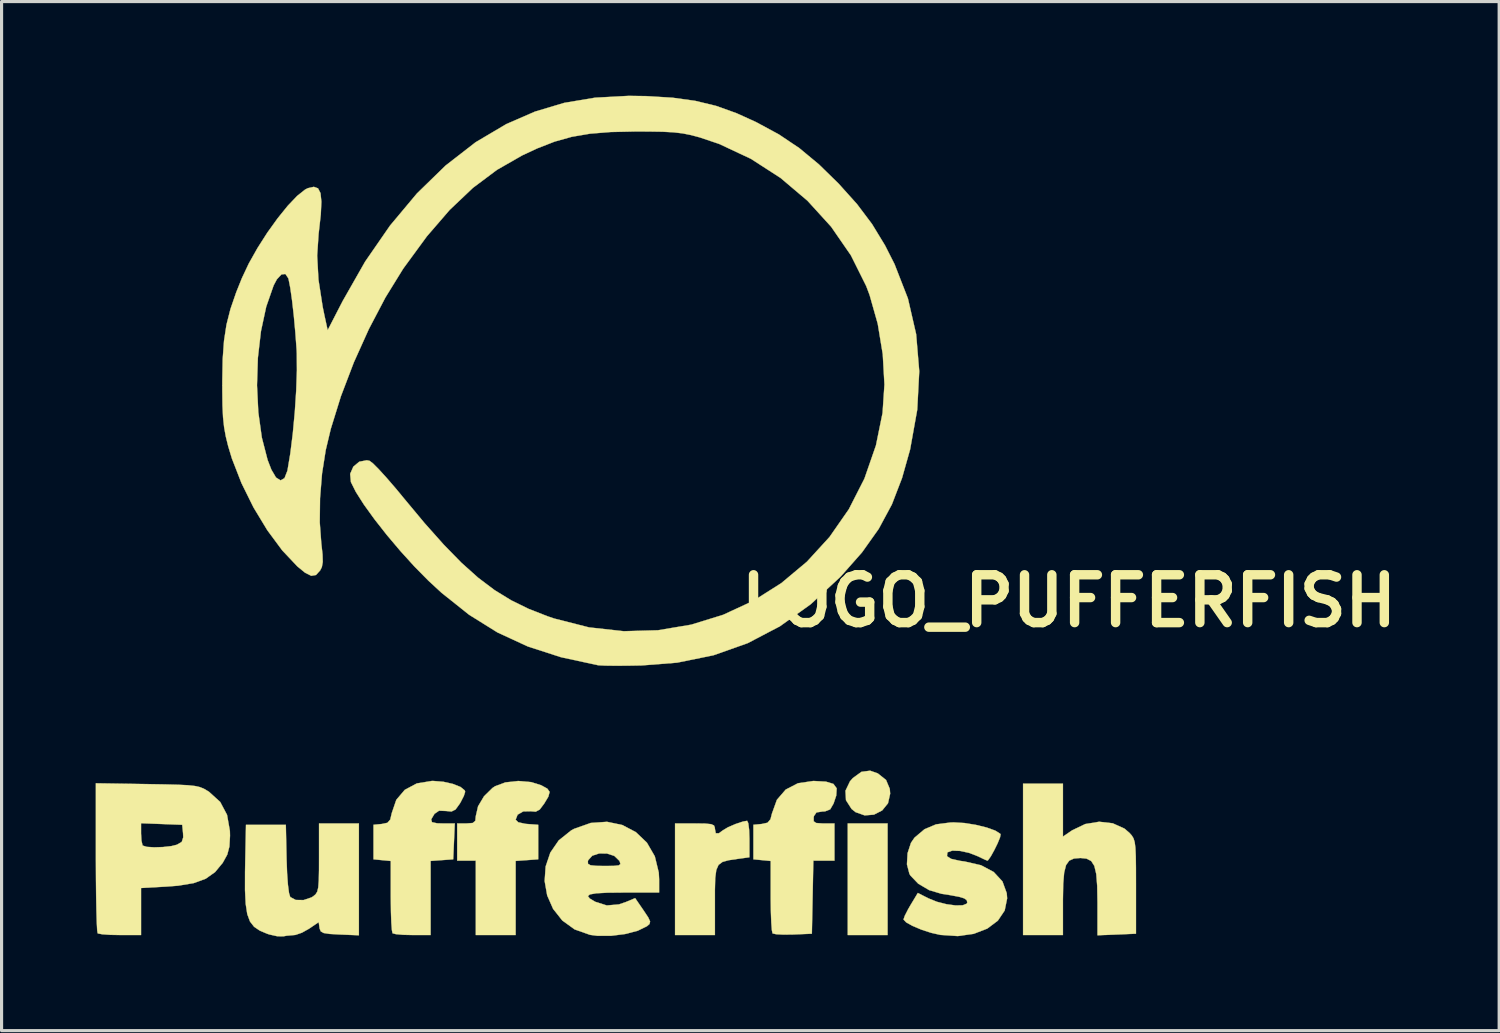
<source format=kicad_pcb>
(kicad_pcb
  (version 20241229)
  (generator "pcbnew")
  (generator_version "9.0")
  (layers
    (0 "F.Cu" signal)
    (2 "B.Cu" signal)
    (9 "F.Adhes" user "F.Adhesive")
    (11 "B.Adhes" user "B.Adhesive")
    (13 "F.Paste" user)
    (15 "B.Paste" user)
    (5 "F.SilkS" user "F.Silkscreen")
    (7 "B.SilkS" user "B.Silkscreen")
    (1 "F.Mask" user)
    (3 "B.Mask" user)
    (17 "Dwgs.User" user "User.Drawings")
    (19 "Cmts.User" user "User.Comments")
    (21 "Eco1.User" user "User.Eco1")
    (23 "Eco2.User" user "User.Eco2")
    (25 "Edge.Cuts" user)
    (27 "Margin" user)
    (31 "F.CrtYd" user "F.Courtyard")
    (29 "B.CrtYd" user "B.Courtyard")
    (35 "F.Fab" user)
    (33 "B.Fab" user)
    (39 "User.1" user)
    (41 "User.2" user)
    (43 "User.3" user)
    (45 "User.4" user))
  (footprint "LOGO_PUFFERFISH"
    (layer "F.Cu")
    (at 16.6 13.371)
    (property "Reference" "LOGO_PUFFERFISH" (at 14.415 2.731 0) (layer "F.SilkS") (effects (font (size 1.524 1.524) (thickness 0.3))))
    (attr through_hole)
    (fp_poly (pts (xy 8.636 13.377) (xy 7.366 13.377) (xy 7.366 9.821) (xy 8.636 9.821) (xy 8.636 13.377)) (stroke (width 0.01) (type solid)) (fill yes) (layer "F.SilkS"))
    (fp_poly (pts (xy 8.324 8.226) (xy 8.587 8.435) (xy 8.706 8.719) (xy 8.718 8.873) (xy 8.649 9.178) (xy 8.464 9.406) (xy 8.202 9.54) (xy 7.907 9.564) (xy 7.617 9.462) (xy 7.489 9.36) (xy 7.31 9.08) (xy 7.294 8.779) (xy 7.438 8.478) (xy 7.529 8.375) (xy 7.803 8.176) (xy 8.08 8.14) (xy 8.324 8.226)) (stroke (width 0.01) (type solid)) (fill yes) (layer "F.SilkS"))
    (fp_poly (pts (xy 4.197 9.814) (xy 4.223 10.018) (xy 4.233 10.304) (xy 4.233 10.318) (xy 4.233 10.899) (xy 3.849 10.952) (xy 3.57 10.993) (xy 3.375 11.047) (xy 3.249 11.142) (xy 3.177 11.304) (xy 3.143 11.561) (xy 3.133 11.942) (xy 3.133 12.28) (xy 3.133 13.377) (xy 1.863 13.377) (xy 1.863 9.821) (xy 2.498 9.821) (xy 2.822 9.825) (xy 3.013 9.844) (xy 3.104 9.885) (xy 3.132 9.96) (xy 3.133 9.991) (xy 3.161 10.135) (xy 3.257 10.135) (xy 3.38 10.045) (xy 3.547 9.944) (xy 3.79 9.839) (xy 4.029 9.76) (xy 4.161 9.737) (xy 4.197 9.814)) (stroke (width 0.01) (type solid)) (fill yes) (layer "F.SilkS"))
    (fp_poly (pts (xy -2.72 8.504) (xy -2.405 8.603) (xy -2.208 8.711) (xy -2.134 8.816) (xy -2.175 8.968) (xy -2.307 9.188) (xy -2.449 9.377) (xy -2.577 9.446) (xy -2.734 9.433) (xy -2.976 9.438) (xy -3.154 9.541) (xy -3.217 9.7) (xy -3.137 9.783) (xy -2.91 9.833) (xy -2.857 9.838) (xy -2.498 9.864) (xy -2.498 10.964) (xy -3.217 11.016) (xy -3.217 13.377) (xy -4.487 13.377) (xy -4.487 11.007) (xy -5.08 11.007) (xy -5.08 9.821) (xy -4.784 9.821) (xy -4.584 9.806) (xy -4.502 9.735) (xy -4.487 9.588) (xy -4.415 9.275) (xy -4.225 8.955) (xy -3.955 8.69) (xy -3.874 8.636) (xy -3.545 8.513) (xy -3.137 8.468) (xy -2.72 8.504)) (stroke (width 0.01) (type solid)) (fill yes) (layer "F.SilkS"))
    (fp_poly (pts (xy 14.224 10.24) (xy 14.521 10.038) (xy 14.935 9.84) (xy 15.379 9.767) (xy 15.81 9.816) (xy 16.185 9.985) (xy 16.346 10.123) (xy 16.42 10.207) (xy 16.474 10.297) (xy 16.511 10.418) (xy 16.534 10.598) (xy 16.546 10.863) (xy 16.551 11.24) (xy 16.552 11.756) (xy 16.552 11.839) (xy 16.552 13.335) (xy 15.325 13.385) (xy 15.325 12.342) (xy 15.316 11.813) (xy 15.286 11.432) (xy 15.225 11.174) (xy 15.125 11.018) (xy 14.977 10.942) (xy 14.783 10.922) (xy 14.574 10.939) (xy 14.424 11.007) (xy 14.323 11.149) (xy 14.263 11.387) (xy 14.233 11.745) (xy 14.224 12.247) (xy 14.224 12.305) (xy 14.224 13.377) (xy 12.954 13.377) (xy 12.954 8.551) (xy 14.224 8.551) (xy 14.224 10.24)) (stroke (width 0.01) (type solid)) (fill yes) (layer "F.SilkS"))
    (fp_poly (pts (xy 6.672 8.489) (xy 6.91 8.561) (xy 7.014 8.702) (xy 7 8.931) (xy 6.915 9.186) (xy 6.807 9.372) (xy 6.641 9.437) (xy 6.562 9.44) (xy 6.37 9.47) (xy 6.29 9.584) (xy 6.281 9.631) (xy 6.282 9.753) (xy 6.361 9.807) (xy 6.561 9.821) (xy 6.598 9.821) (xy 6.943 9.821) (xy 6.943 11.007) (xy 6.27 11.007) (xy 6.247 12.171) (xy 6.223 13.335) (xy 5.627 13.36) (xy 5.323 13.364) (xy 5.089 13.352) (xy 4.972 13.326) (xy 4.97 13.324) (xy 4.948 13.222) (xy 4.93 12.983) (xy 4.917 12.642) (xy 4.911 12.232) (xy 4.911 12.141) (xy 4.911 11.017) (xy 4.36 10.964) (xy 4.36 9.864) (xy 4.627 9.838) (xy 4.81 9.798) (xy 4.904 9.688) (xy 4.952 9.502) (xy 5.109 9.067) (xy 5.389 8.742) (xy 5.779 8.54) (xy 6.267 8.468) (xy 6.284 8.468) (xy 6.672 8.489)) (stroke (width 0.01) (type solid)) (fill yes) (layer "F.SilkS"))
    (fp_poly (pts (xy -8.213 13.385) (xy -8.826 13.36) (xy -9.146 13.342) (xy -9.334 13.313) (xy -9.427 13.261) (xy -9.463 13.173) (xy -9.467 13.151) (xy -9.493 12.966) (xy -9.796 13.172) (xy -10.027 13.302) (xy -10.232 13.373) (xy -10.278 13.378) (xy -10.516 13.399) (xy -10.626 13.419) (xy -10.811 13.416) (xy -11.062 13.36) (xy -11.134 13.337) (xy -11.372 13.236) (xy -11.553 13.113) (xy -11.683 12.946) (xy -11.77 12.711) (xy -11.82 12.384) (xy -11.842 11.945) (xy -11.841 11.368) (xy -11.836 11.091) (xy -11.811 9.864) (xy -10.541 9.864) (xy -10.517 10.959) (xy -10.501 11.406) (xy -10.474 11.777) (xy -10.439 12.041) (xy -10.401 12.165) (xy -10.226 12.259) (xy -9.977 12.263) (xy -9.726 12.179) (xy -9.671 12.145) (xy -9.594 12.081) (xy -9.541 11.997) (xy -9.508 11.861) (xy -9.491 11.644) (xy -9.484 11.315) (xy -9.483 10.917) (xy -9.483 9.821) (xy -8.213 9.821) (xy -8.213 13.385)) (stroke (width 0.01) (type solid)) (fill yes) (layer "F.SilkS"))
    (fp_poly (pts (xy -5.52 8.493) (xy -5.215 8.562) (xy -4.974 8.658) (xy -4.84 8.767) (xy -4.826 8.812) (xy -4.868 8.944) (xy -4.971 9.145) (xy -5 9.194) (xy -5.133 9.377) (xy -5.262 9.441) (xy -5.436 9.424) (xy -5.658 9.415) (xy -5.8 9.512) (xy -5.812 9.528) (xy -5.908 9.69) (xy -5.884 9.78) (xy -5.722 9.816) (xy -5.542 9.821) (xy -5.157 9.821) (xy -5.207 10.964) (xy -5.567 10.99) (xy -5.927 11.016) (xy -5.927 13.377) (xy -6.505 13.377) (xy -6.804 13.37) (xy -7.032 13.349) (xy -7.14 13.321) (xy -7.14 13.321) (xy -7.161 13.22) (xy -7.179 12.982) (xy -7.191 12.642) (xy -7.196 12.232) (xy -7.197 12.141) (xy -7.197 11.017) (xy -7.472 10.991) (xy -7.747 10.964) (xy -7.747 9.864) (xy -7.482 9.838) (xy -7.303 9.8) (xy -7.213 9.697) (xy -7.165 9.491) (xy -7.021 9.069) (xy -6.75 8.75) (xy -6.366 8.545) (xy -5.886 8.467) (xy -5.843 8.467) (xy -5.52 8.493)) (stroke (width 0.01) (type solid)) (fill yes) (layer "F.SilkS"))
    (fp_poly (pts (xy -14.958 8.567) (xy -14.393 8.577) (xy -13.969 8.588) (xy -13.661 8.603) (xy -13.441 8.627) (xy -13.283 8.662) (xy -13.159 8.711) (xy -13.043 8.779) (xy -12.982 8.819) (xy -12.632 9.137) (xy -12.415 9.546) (xy -12.324 10.059) (xy -12.32 10.211) (xy -12.339 10.555) (xy -12.407 10.813) (xy -12.547 11.067) (xy -12.553 11.077) (xy -12.796 11.371) (xy -13.093 11.582) (xy -13.476 11.722) (xy -13.976 11.805) (xy -14.322 11.832) (xy -15.155 11.878) (xy -15.155 13.377) (xy -15.819 13.377) (xy -16.139 13.371) (xy -16.39 13.353) (xy -16.528 13.327) (xy -16.538 13.321) (xy -16.553 13.225) (xy -16.566 12.981) (xy -16.577 12.613) (xy -16.586 12.142) (xy -16.592 11.59) (xy -16.595 10.979) (xy -16.595 10.903) (xy -16.595 10.142) (xy -15.155 10.142) (xy -15.142 10.367) (xy -15.109 10.512) (xy -15.099 10.527) (xy -14.972 10.567) (xy -14.738 10.582) (xy -14.457 10.573) (xy -14.189 10.543) (xy -14.012 10.499) (xy -13.858 10.409) (xy -13.811 10.264) (xy -13.816 10.139) (xy -13.843 9.864) (xy -14.499 9.839) (xy -15.155 9.814) (xy -15.155 10.142) (xy -16.595 10.142) (xy -16.595 8.541) (xy -14.958 8.567)) (stroke (width 0.01) (type solid)) (fill yes) (layer "F.SilkS"))
    (fp_poly (pts (xy 0.182 9.871) (xy 0.614 10.098) (xy 0.967 10.435) (xy 1.218 10.869) (xy 1.344 11.387) (xy 1.355 11.597) (xy 1.355 12.023) (xy 0.212 12.023) (xy -0.297 12.028) (xy -0.648 12.047) (xy -0.85 12.082) (xy -0.915 12.137) (xy -0.853 12.215) (xy -0.682 12.317) (xy -0.313 12.434) (xy 0.074 12.401) (xy 0.298 12.324) (xy 0.591 12.201) (xy 0.859 12.591) (xy 1.008 12.815) (xy 1.068 12.945) (xy 1.048 13.027) (xy 0.968 13.096) (xy 0.674 13.24) (xy 0.272 13.345) (xy -0.178 13.402) (xy -0.618 13.401) (xy -0.847 13.371) (xy -1.337 13.198) (xy -1.73 12.914) (xy -2.023 12.544) (xy -2.212 12.115) (xy -2.293 11.656) (xy -2.261 11.192) (xy -2.206 11.03) (xy -0.916 11.03) (xy -0.91 11.109) (xy -0.831 11.153) (xy -0.645 11.172) (xy -0.384 11.176) (xy -0.088 11.173) (xy 0.071 11.156) (xy 0.122 11.113) (xy 0.099 11.034) (xy 0.085 11.008) (xy -0.072 10.856) (xy -0.304 10.78) (xy -0.556 10.777) (xy -0.775 10.849) (xy -0.905 10.991) (xy -0.916 11.03) (xy -2.206 11.03) (xy -2.112 10.75) (xy -1.843 10.359) (xy -1.449 10.044) (xy -1.355 9.993) (xy -0.825 9.805) (xy -0.305 9.769) (xy 0.182 9.871)) (stroke (width 0.01) (type solid)) (fill yes) (layer "F.SilkS"))
    (fp_poly (pts (xy 11.09 9.808) (xy 11.452 9.867) (xy 11.794 9.951) (xy 12.067 10.049) (xy 12.226 10.15) (xy 12.238 10.165) (xy 12.22 10.263) (xy 12.145 10.449) (xy 12.037 10.669) (xy 11.927 10.868) (xy 11.84 10.991) (xy 11.816 11.007) (xy 11.734 10.973) (xy 11.56 10.89) (xy 11.523 10.871) (xy 11.235 10.759) (xy 10.944 10.696) (xy 10.699 10.687) (xy 10.552 10.739) (xy 10.541 10.752) (xy 10.53 10.864) (xy 10.66 10.949) (xy 10.944 11.013) (xy 11.094 11.034) (xy 11.614 11.153) (xy 12.019 11.369) (xy 12.297 11.67) (xy 12.433 12.043) (xy 12.446 12.209) (xy 12.368 12.595) (xy 12.15 12.919) (xy 11.813 13.172) (xy 11.38 13.339) (xy 10.872 13.41) (xy 10.318 13.373) (xy 10.022 13.306) (xy 9.713 13.205) (xy 9.435 13.088) (xy 9.231 12.975) (xy 9.145 12.884) (xy 9.144 12.878) (xy 9.185 12.761) (xy 9.29 12.556) (xy 9.372 12.414) (xy 9.6 12.036) (xy 9.933 12.206) (xy 10.21 12.318) (xy 10.514 12.395) (xy 10.802 12.434) (xy 11.032 12.429) (xy 11.161 12.376) (xy 11.176 12.338) (xy 11.157 12.265) (xy 11.078 12.208) (xy 10.911 12.158) (xy 10.626 12.105) (xy 10.352 12.062) (xy 9.961 11.946) (xy 9.613 11.741) (xy 9.365 11.482) (xy 9.332 11.427) (xy 9.253 11.124) (xy 9.273 10.769) (xy 9.381 10.439) (xy 9.494 10.274) (xy 9.813 10.005) (xy 10.181 9.85) (xy 10.646 9.79) (xy 10.753 9.788) (xy 11.09 9.808)) (stroke (width 0.01) (type solid)) (fill yes) (layer "F.SilkS"))
    (fp_poly (pts (xy 0.948 -13.358) (xy 1.783 -13.307) (xy 2.506 -13.207) (xy 3.169 -13.047) (xy 3.822 -12.813) (xy 4.445 -12.53) (xy 5.171 -12.138) (xy 5.822 -11.701) (xy 6.447 -11.183) (xy 7.078 -10.566) (xy 7.663 -9.915) (xy 8.141 -9.28) (xy 8.553 -8.603) (xy 8.858 -8.002) (xy 9.284 -6.909) (xy 9.546 -5.771) (xy 9.645 -4.589) (xy 9.581 -3.365) (xy 9.354 -2.099) (xy 9.096 -1.185) (xy 8.773 -0.346) (xy 8.354 0.432) (xy 7.819 1.185) (xy 7.145 1.948) (xy 7.116 1.977) (xy 6.184 2.837) (xy 5.208 3.535) (xy 4.179 4.075) (xy 3.089 4.461) (xy 1.928 4.697) (xy 0.804 4.785) (xy 0.356 4.793) (xy -0.048 4.795) (xy -0.367 4.791) (xy -0.566 4.781) (xy -0.593 4.778) (xy -1.772 4.523) (xy -2.829 4.181) (xy -3.795 3.735) (xy -4.701 3.17) (xy -5.579 2.47) (xy -5.999 2.082) (xy -6.441 1.634) (xy -6.889 1.14) (xy -7.321 0.629) (xy -7.716 0.126) (xy -8.053 -0.341) (xy -8.31 -0.745) (xy -8.467 -1.059) (xy -8.467 -1.06) (xy -8.491 -1.319) (xy -8.39 -1.549) (xy -8.201 -1.707) (xy -7.961 -1.753) (xy -7.872 -1.735) (xy -7.765 -1.654) (xy -7.575 -1.463) (xy -7.323 -1.186) (xy -7.029 -0.845) (xy -6.799 -0.566) (xy -6.118 0.252) (xy -5.505 0.94) (xy -4.943 1.515) (xy -4.411 1.991) (xy -3.89 2.384) (xy -3.361 2.709) (xy -2.805 2.982) (xy -2.202 3.218) (xy -1.99 3.29) (xy -0.878 3.573) (xy 0.229 3.695) (xy 1.319 3.664) (xy 2.378 3.486) (xy 3.395 3.172) (xy 4.357 2.727) (xy 5.251 2.161) (xy 6.065 1.48) (xy 6.785 0.693) (xy 7.401 -0.192) (xy 7.898 -1.168) (xy 8.265 -2.226) (xy 8.476 -3.26) (xy 8.536 -4.167) (xy 8.482 -5.134) (xy 8.322 -6.104) (xy 8.063 -7.018) (xy 7.955 -7.305) (xy 7.467 -8.284) (xy 6.837 -9.196) (xy 6.083 -10.024) (xy 5.224 -10.751) (xy 4.28 -11.36) (xy 3.269 -11.834) (xy 2.649 -12.043) (xy 2.371 -12.117) (xy 2.106 -12.17) (xy 1.817 -12.204) (xy 1.464 -12.223) (xy 1.008 -12.23) (xy 0.593 -12.231) (xy -0.188 -12.214) (xy -0.846 -12.161) (xy -1.426 -12.062) (xy -1.973 -11.909) (xy -2.532 -11.691) (xy -3.006 -11.47) (xy -3.813 -11.008) (xy -4.579 -10.434) (xy -5.319 -9.732) (xy -6.046 -8.89) (xy -6.776 -7.893) (xy -6.812 -7.841) (xy -7.367 -6.941) (xy -7.895 -5.935) (xy -8.375 -4.87) (xy -8.786 -3.793) (xy -9.109 -2.752) (xy -9.27 -2.076) (xy -9.387 -1.333) (xy -9.451 -0.544) (xy -9.46 0.224) (xy -9.411 0.889) (xy -9.371 1.25) (xy -9.364 1.489) (xy -9.393 1.65) (xy -9.447 1.757) (xy -9.58 1.903) (xy -9.731 1.929) (xy -9.93 1.829) (xy -10.173 1.63) (xy -10.656 1.118) (xy -11.13 0.478) (xy -11.571 -0.25) (xy -11.955 -1.026) (xy -12.26 -1.81) (xy -12.378 -2.201) (xy -12.455 -2.514) (xy -12.508 -2.808) (xy -12.542 -3.125) (xy -12.56 -3.508) (xy -12.566 -3.998) (xy -12.566 -4.143) (xy -11.46 -4.143) (xy -11.418 -3.283) (xy -11.306 -2.477) (xy -11.122 -1.764) (xy -11.002 -1.454) (xy -10.854 -1.203) (xy -10.709 -1.112) (xy -10.584 -1.182) (xy -10.493 -1.414) (xy -10.487 -1.44) (xy -10.398 -1.972) (xy -10.319 -2.607) (xy -10.255 -3.294) (xy -10.21 -3.982) (xy -10.188 -4.619) (xy -10.192 -5.154) (xy -10.197 -5.27) (xy -10.238 -5.824) (xy -10.287 -6.361) (xy -10.342 -6.845) (xy -10.398 -7.24) (xy -10.451 -7.511) (xy -10.464 -7.556) (xy -10.555 -7.69) (xy -10.682 -7.675) (xy -10.827 -7.519) (xy -10.93 -7.325) (xy -11.166 -6.648) (xy -11.334 -5.865) (xy -11.432 -5.017) (xy -11.46 -4.143) (xy -12.566 -4.143) (xy -12.566 -4.276) (xy -12.553 -4.977) (xy -12.511 -5.56) (xy -12.432 -6.076) (xy -12.305 -6.575) (xy -12.121 -7.109) (xy -11.941 -7.557) (xy -11.721 -8.024) (xy -11.444 -8.516) (xy -11.132 -9.005) (xy -10.803 -9.463) (xy -10.479 -9.864) (xy -10.18 -10.178) (xy -9.926 -10.38) (xy -9.839 -10.424) (xy -9.648 -10.467) (xy -9.515 -10.419) (xy -9.436 -10.266) (xy -9.408 -9.994) (xy -9.427 -9.587) (xy -9.489 -9.031) (xy -9.496 -8.978) (xy -9.543 -8.275) (xy -9.501 -7.508) (xy -9.367 -6.644) (xy -9.308 -6.357) (xy -9.208 -5.898) (xy -8.732 -6.822) (xy -8.013 -8.085) (xy -7.219 -9.233) (xy -6.362 -10.257) (xy -5.45 -11.145) (xy -4.494 -11.887) (xy -3.514 -12.467) (xy -2.599 -12.865) (xy -1.668 -13.143) (xy -0.685 -13.308) (xy 0.385 -13.366) (xy 0.948 -13.358)) (stroke (width 0.01) (type solid)) (fill yes) (layer "F.SilkS")))
  (gr_rect
    (start -3 -3)
    (end 44.726 29.795)
    (stroke (width 0.1) (type default))
    (fill no)
    (layer "Edge.Cuts")))
</source>
